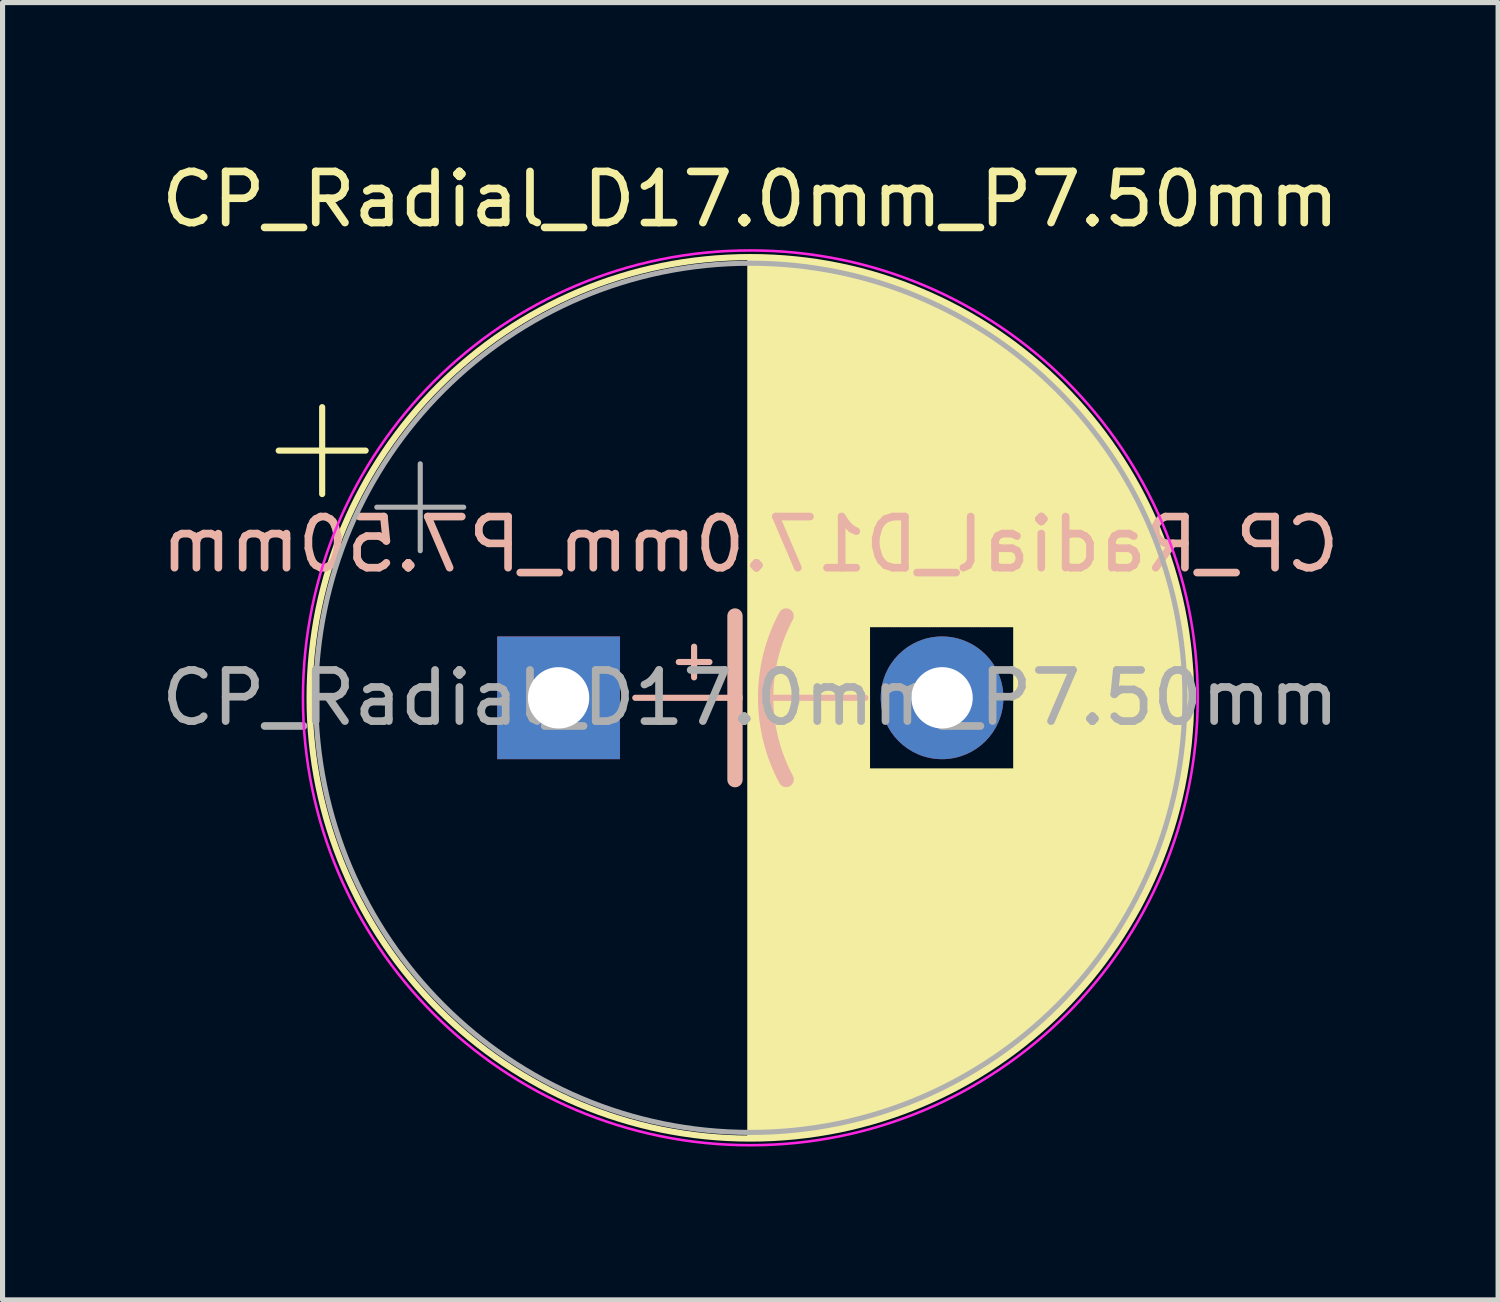
<source format=kicad_pcb>
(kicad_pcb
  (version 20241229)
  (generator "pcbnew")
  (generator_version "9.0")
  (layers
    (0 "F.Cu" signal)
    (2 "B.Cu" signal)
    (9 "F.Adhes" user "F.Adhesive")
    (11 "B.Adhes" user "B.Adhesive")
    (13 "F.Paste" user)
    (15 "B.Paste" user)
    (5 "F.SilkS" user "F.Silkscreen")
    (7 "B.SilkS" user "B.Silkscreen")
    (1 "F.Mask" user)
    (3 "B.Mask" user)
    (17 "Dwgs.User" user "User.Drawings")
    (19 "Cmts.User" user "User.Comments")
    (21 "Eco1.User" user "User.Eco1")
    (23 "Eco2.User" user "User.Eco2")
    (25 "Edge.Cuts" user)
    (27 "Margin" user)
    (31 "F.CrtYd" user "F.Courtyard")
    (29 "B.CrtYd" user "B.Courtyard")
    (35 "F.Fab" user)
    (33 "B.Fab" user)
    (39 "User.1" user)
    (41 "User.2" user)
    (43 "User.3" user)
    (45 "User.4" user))
  (footprint "CP_Radial_D17.0mm_P7.50mm"
    (layer "F.Cu")
    (at 7.875 10.598)
    (property "Reference" "CP_Radial_D17.0mm_P7.50mm" (at 3.75 -9.75 0) (layer "F.SilkS") (effects (font (size 1 1) (thickness 0.15))))
    (fp_line (start -5.474 -4.835) (end -3.774 -4.835) (stroke (width 0.12) (type solid)) (layer "F.SilkS"))
    (fp_line (start -4.624 -5.685) (end -4.624 -3.985) (stroke (width 0.12) (type solid)) (layer "F.SilkS"))
    (fp_line (start 3.75 -8.581) (end 3.75 8.581) (stroke (width 0.12) (type solid)) (layer "F.SilkS"))
    (fp_line (start 3.79 -8.58) (end 3.79 8.58) (stroke (width 0.12) (type solid)) (layer "F.SilkS"))
    (fp_line (start 3.83 -8.58) (end 3.83 8.58) (stroke (width 0.12) (type solid)) (layer "F.SilkS"))
    (fp_line (start 3.87 -8.58) (end 3.87 8.58) (stroke (width 0.12) (type solid)) (layer "F.SilkS"))
    (fp_line (start 3.91 -8.579) (end 3.91 8.579) (stroke (width 0.12) (type solid)) (layer "F.SilkS"))
    (fp_line (start 3.95 -8.578) (end 3.95 8.578) (stroke (width 0.12) (type solid)) (layer "F.SilkS"))
    (fp_line (start 3.99 -8.577) (end 3.99 8.577) (stroke (width 0.12) (type solid)) (layer "F.SilkS"))
    (fp_line (start 4.03 -8.576) (end 4.03 8.576) (stroke (width 0.12) (type solid)) (layer "F.SilkS"))
    (fp_line (start 4.07 -8.575) (end 4.07 8.575) (stroke (width 0.12) (type solid)) (layer "F.SilkS"))
    (fp_line (start 4.11 -8.573) (end 4.11 8.573) (stroke (width 0.12) (type solid)) (layer "F.SilkS"))
    (fp_line (start 4.15 -8.571) (end 4.15 8.571) (stroke (width 0.12) (type solid)) (layer "F.SilkS"))
    (fp_line (start 4.19 -8.569) (end 4.19 8.569) (stroke (width 0.12) (type solid)) (layer "F.SilkS"))
    (fp_line (start 4.23 -8.567) (end 4.23 8.567) (stroke (width 0.12) (type solid)) (layer "F.SilkS"))
    (fp_line (start 4.27 -8.565) (end 4.27 8.565) (stroke (width 0.12) (type solid)) (layer "F.SilkS"))
    (fp_line (start 4.31 -8.562) (end 4.31 8.562) (stroke (width 0.12) (type solid)) (layer "F.SilkS"))
    (fp_line (start 4.35 -8.56) (end 4.35 8.56) (stroke (width 0.12) (type solid)) (layer "F.SilkS"))
    (fp_line (start 4.39 -8.557) (end 4.39 8.557) (stroke (width 0.12) (type solid)) (layer "F.SilkS"))
    (fp_line (start 4.43 -8.554) (end 4.43 8.554) (stroke (width 0.12) (type solid)) (layer "F.SilkS"))
    (fp_line (start 4.471 -8.55) (end 4.471 8.55) (stroke (width 0.12) (type solid)) (layer "F.SilkS"))
    (fp_line (start 4.511 -8.547) (end 4.511 8.547) (stroke (width 0.12) (type solid)) (layer "F.SilkS"))
    (fp_line (start 4.551 -8.543) (end 4.551 8.543) (stroke (width 0.12) (type solid)) (layer "F.SilkS"))
    (fp_line (start 4.591 -8.539) (end 4.591 8.539) (stroke (width 0.12) (type solid)) (layer "F.SilkS"))
    (fp_line (start 4.631 -8.535) (end 4.631 8.535) (stroke (width 0.12) (type solid)) (layer "F.SilkS"))
    (fp_line (start 4.671 -8.531) (end 4.671 8.531) (stroke (width 0.12) (type solid)) (layer "F.SilkS"))
    (fp_line (start 4.711 -8.527) (end 4.711 8.527) (stroke (width 0.12) (type solid)) (layer "F.SilkS"))
    (fp_line (start 4.751 -8.522) (end 4.751 8.522) (stroke (width 0.12) (type solid)) (layer "F.SilkS"))
    (fp_line (start 4.791 -8.518) (end 4.791 8.518) (stroke (width 0.12) (type solid)) (layer "F.SilkS"))
    (fp_line (start 4.831 -8.513) (end 4.831 8.513) (stroke (width 0.12) (type solid)) (layer "F.SilkS"))
    (fp_line (start 4.871 -8.507) (end 4.871 8.507) (stroke (width 0.12) (type solid)) (layer "F.SilkS"))
    (fp_line (start 4.911 -8.502) (end 4.911 8.502) (stroke (width 0.12) (type solid)) (layer "F.SilkS"))
    (fp_line (start 4.951 -8.497) (end 4.951 8.497) (stroke (width 0.12) (type solid)) (layer "F.SilkS"))
    (fp_line (start 4.991 -8.491) (end 4.991 8.491) (stroke (width 0.12) (type solid)) (layer "F.SilkS"))
    (fp_line (start 5.031 -8.485) (end 5.031 8.485) (stroke (width 0.12) (type solid)) (layer "F.SilkS"))
    (fp_line (start 5.071 -8.479) (end 5.071 8.479) (stroke (width 0.12) (type solid)) (layer "F.SilkS"))
    (fp_line (start 5.111 -8.473) (end 5.111 8.473) (stroke (width 0.12) (type solid)) (layer "F.SilkS"))
    (fp_line (start 5.151 -8.466) (end 5.151 8.466) (stroke (width 0.12) (type solid)) (layer "F.SilkS"))
    (fp_line (start 5.191 -8.459) (end 5.191 8.459) (stroke (width 0.12) (type solid)) (layer "F.SilkS"))
    (fp_line (start 5.231 -8.452) (end 5.231 8.452) (stroke (width 0.12) (type solid)) (layer "F.SilkS"))
    (fp_line (start 5.271 -8.445) (end 5.271 8.445) (stroke (width 0.12) (type solid)) (layer "F.SilkS"))
    (fp_line (start 5.311 -8.438) (end 5.311 8.438) (stroke (width 0.12) (type solid)) (layer "F.SilkS"))
    (fp_line (start 5.351 -8.431) (end 5.351 8.431) (stroke (width 0.12) (type solid)) (layer "F.SilkS"))
    (fp_line (start 5.391 -8.423) (end 5.391 8.423) (stroke (width 0.12) (type solid)) (layer "F.SilkS"))
    (fp_line (start 5.431 -8.415) (end 5.431 8.415) (stroke (width 0.12) (type solid)) (layer "F.SilkS"))
    (fp_line (start 5.471 -8.407) (end 5.471 8.407) (stroke (width 0.12) (type solid)) (layer "F.SilkS"))
    (fp_line (start 5.511 -8.399) (end 5.511 8.399) (stroke (width 0.12) (type solid)) (layer "F.SilkS"))
    (fp_line (start 5.551 -8.39) (end 5.551 8.39) (stroke (width 0.12) (type solid)) (layer "F.SilkS"))
    (fp_line (start 5.591 -8.382) (end 5.591 8.382) (stroke (width 0.12) (type solid)) (layer "F.SilkS"))
    (fp_line (start 5.631 -8.373) (end 5.631 8.373) (stroke (width 0.12) (type solid)) (layer "F.SilkS"))
    (fp_line (start 5.671 -8.364) (end 5.671 8.364) (stroke (width 0.12) (type solid)) (layer "F.SilkS"))
    (fp_line (start 5.711 -8.355) (end 5.711 8.355) (stroke (width 0.12) (type solid)) (layer "F.SilkS"))
    (fp_line (start 5.751 -8.345) (end 5.751 8.345) (stroke (width 0.12) (type solid)) (layer "F.SilkS"))
    (fp_line (start 5.791 -8.336) (end 5.791 8.336) (stroke (width 0.12) (type solid)) (layer "F.SilkS"))
    (fp_line (start 5.831 -8.326) (end 5.831 8.326) (stroke (width 0.12) (type solid)) (layer "F.SilkS"))
    (fp_line (start 5.871 -8.316) (end 5.871 8.316) (stroke (width 0.12) (type solid)) (layer "F.SilkS"))
    (fp_line (start 5.911 -8.305) (end 5.911 8.305) (stroke (width 0.12) (type solid)) (layer "F.SilkS"))
    (fp_line (start 5.951 -8.295) (end 5.951 8.295) (stroke (width 0.12) (type solid)) (layer "F.SilkS"))
    (fp_line (start 5.991 -8.284) (end 5.991 8.284) (stroke (width 0.12) (type solid)) (layer "F.SilkS"))
    (fp_line (start 6.031 -8.274) (end 6.031 8.274) (stroke (width 0.12) (type solid)) (layer "F.SilkS"))
    (fp_line (start 6.071 -8.262) (end 6.071 -1.44) (stroke (width 0.12) (type solid)) (layer "F.SilkS"))
    (fp_line (start 6.071 1.44) (end 6.071 8.262) (stroke (width 0.12) (type solid)) (layer "F.SilkS"))
    (fp_line (start 6.111 -8.251) (end 6.111 -1.44) (stroke (width 0.12) (type solid)) (layer "F.SilkS"))
    (fp_line (start 6.111 1.44) (end 6.111 8.251) (stroke (width 0.12) (type solid)) (layer "F.SilkS"))
    (fp_line (start 6.151 -8.24) (end 6.151 -1.44) (stroke (width 0.12) (type solid)) (layer "F.SilkS"))
    (fp_line (start 6.151 1.44) (end 6.151 8.24) (stroke (width 0.12) (type solid)) (layer "F.SilkS"))
    (fp_line (start 6.191 -8.228) (end 6.191 -1.44) (stroke (width 0.12) (type solid)) (layer "F.SilkS"))
    (fp_line (start 6.191 1.44) (end 6.191 8.228) (stroke (width 0.12) (type solid)) (layer "F.SilkS"))
    (fp_line (start 6.231 -8.216) (end 6.231 -1.44) (stroke (width 0.12) (type solid)) (layer "F.SilkS"))
    (fp_line (start 6.231 1.44) (end 6.231 8.216) (stroke (width 0.12) (type solid)) (layer "F.SilkS"))
    (fp_line (start 6.271 -8.204) (end 6.271 -1.44) (stroke (width 0.12) (type solid)) (layer "F.SilkS"))
    (fp_line (start 6.271 1.44) (end 6.271 8.204) (stroke (width 0.12) (type solid)) (layer "F.SilkS"))
    (fp_line (start 6.311 -8.192) (end 6.311 -1.44) (stroke (width 0.12) (type solid)) (layer "F.SilkS"))
    (fp_line (start 6.311 1.44) (end 6.311 8.192) (stroke (width 0.12) (type solid)) (layer "F.SilkS"))
    (fp_line (start 6.351 -8.179) (end 6.351 -1.44) (stroke (width 0.12) (type solid)) (layer "F.SilkS"))
    (fp_line (start 6.351 1.44) (end 6.351 8.179) (stroke (width 0.12) (type solid)) (layer "F.SilkS"))
    (fp_line (start 6.391 -8.166) (end 6.391 -1.44) (stroke (width 0.12) (type solid)) (layer "F.SilkS"))
    (fp_line (start 6.391 1.44) (end 6.391 8.166) (stroke (width 0.12) (type solid)) (layer "F.SilkS"))
    (fp_line (start 6.431 -8.153) (end 6.431 -1.44) (stroke (width 0.12) (type solid)) (layer "F.SilkS"))
    (fp_line (start 6.431 1.44) (end 6.431 8.153) (stroke (width 0.12) (type solid)) (layer "F.SilkS"))
    (fp_line (start 6.471 -8.14) (end 6.471 -1.44) (stroke (width 0.12) (type solid)) (layer "F.SilkS"))
    (fp_line (start 6.471 1.44) (end 6.471 8.14) (stroke (width 0.12) (type solid)) (layer "F.SilkS"))
    (fp_line (start 6.511 -8.127) (end 6.511 -1.44) (stroke (width 0.12) (type solid)) (layer "F.SilkS"))
    (fp_line (start 6.511 1.44) (end 6.511 8.127) (stroke (width 0.12) (type solid)) (layer "F.SilkS"))
    (fp_line (start 6.551 -8.113) (end 6.551 -1.44) (stroke (width 0.12) (type solid)) (layer "F.SilkS"))
    (fp_line (start 6.551 1.44) (end 6.551 8.113) (stroke (width 0.12) (type solid)) (layer "F.SilkS"))
    (fp_line (start 6.591 -8.099) (end 6.591 -1.44) (stroke (width 0.12) (type solid)) (layer "F.SilkS"))
    (fp_line (start 6.591 1.44) (end 6.591 8.099) (stroke (width 0.12) (type solid)) (layer "F.SilkS"))
    (fp_line (start 6.631 -8.085) (end 6.631 -1.44) (stroke (width 0.12) (type solid)) (layer "F.SilkS"))
    (fp_line (start 6.631 1.44) (end 6.631 8.085) (stroke (width 0.12) (type solid)) (layer "F.SilkS"))
    (fp_line (start 6.671 -8.071) (end 6.671 -1.44) (stroke (width 0.12) (type solid)) (layer "F.SilkS"))
    (fp_line (start 6.671 1.44) (end 6.671 8.071) (stroke (width 0.12) (type solid)) (layer "F.SilkS"))
    (fp_line (start 6.711 -8.056) (end 6.711 -1.44) (stroke (width 0.12) (type solid)) (layer "F.SilkS"))
    (fp_line (start 6.711 1.44) (end 6.711 8.056) (stroke (width 0.12) (type solid)) (layer "F.SilkS"))
    (fp_line (start 6.751 -8.042) (end 6.751 -1.44) (stroke (width 0.12) (type solid)) (layer "F.SilkS"))
    (fp_line (start 6.751 1.44) (end 6.751 8.042) (stroke (width 0.12) (type solid)) (layer "F.SilkS"))
    (fp_line (start 6.791 -8.027) (end 6.791 -1.44) (stroke (width 0.12) (type solid)) (layer "F.SilkS"))
    (fp_line (start 6.791 1.44) (end 6.791 8.027) (stroke (width 0.12) (type solid)) (layer "F.SilkS"))
    (fp_line (start 6.831 -8.011) (end 6.831 -1.44) (stroke (width 0.12) (type solid)) (layer "F.SilkS"))
    (fp_line (start 6.831 1.44) (end 6.831 8.011) (stroke (width 0.12) (type solid)) (layer "F.SilkS"))
    (fp_line (start 6.871 -7.996) (end 6.871 -1.44) (stroke (width 0.12) (type solid)) (layer "F.SilkS"))
    (fp_line (start 6.871 1.44) (end 6.871 7.996) (stroke (width 0.12) (type solid)) (layer "F.SilkS"))
    (fp_line (start 6.911 -7.98) (end 6.911 -1.44) (stroke (width 0.12) (type solid)) (layer "F.SilkS"))
    (fp_line (start 6.911 1.44) (end 6.911 7.98) (stroke (width 0.12) (type solid)) (layer "F.SilkS"))
    (fp_line (start 6.951 -7.965) (end 6.951 -1.44) (stroke (width 0.12) (type solid)) (layer "F.SilkS"))
    (fp_line (start 6.951 1.44) (end 6.951 7.965) (stroke (width 0.12) (type solid)) (layer "F.SilkS"))
    (fp_line (start 6.991 -7.948) (end 6.991 -1.44) (stroke (width 0.12) (type solid)) (layer "F.SilkS"))
    (fp_line (start 6.991 1.44) (end 6.991 7.948) (stroke (width 0.12) (type solid)) (layer "F.SilkS"))
    (fp_line (start 7.031 -7.932) (end 7.031 -1.44) (stroke (width 0.12) (type solid)) (layer "F.SilkS"))
    (fp_line (start 7.031 1.44) (end 7.031 7.932) (stroke (width 0.12) (type solid)) (layer "F.SilkS"))
    (fp_line (start 7.071 -7.915) (end 7.071 -1.44) (stroke (width 0.12) (type solid)) (layer "F.SilkS"))
    (fp_line (start 7.071 1.44) (end 7.071 7.915) (stroke (width 0.12) (type solid)) (layer "F.SilkS"))
    (fp_line (start 7.111 -7.899) (end 7.111 -1.44) (stroke (width 0.12) (type solid)) (layer "F.SilkS"))
    (fp_line (start 7.111 1.44) (end 7.111 7.899) (stroke (width 0.12) (type solid)) (layer "F.SilkS"))
    (fp_line (start 7.151 -7.882) (end 7.151 -1.44) (stroke (width 0.12) (type solid)) (layer "F.SilkS"))
    (fp_line (start 7.151 1.44) (end 7.151 7.882) (stroke (width 0.12) (type solid)) (layer "F.SilkS"))
    (fp_line (start 7.191 -7.864) (end 7.191 -1.44) (stroke (width 0.12) (type solid)) (layer "F.SilkS"))
    (fp_line (start 7.191 1.44) (end 7.191 7.864) (stroke (width 0.12) (type solid)) (layer "F.SilkS"))
    (fp_line (start 7.231 -7.847) (end 7.231 -1.44) (stroke (width 0.12) (type solid)) (layer "F.SilkS"))
    (fp_line (start 7.231 1.44) (end 7.231 7.847) (stroke (width 0.12) (type solid)) (layer "F.SilkS"))
    (fp_line (start 7.271 -7.829) (end 7.271 -1.44) (stroke (width 0.12) (type solid)) (layer "F.SilkS"))
    (fp_line (start 7.271 1.44) (end 7.271 7.829) (stroke (width 0.12) (type solid)) (layer "F.SilkS"))
    (fp_line (start 7.311 -7.811) (end 7.311 -1.44) (stroke (width 0.12) (type solid)) (layer "F.SilkS"))
    (fp_line (start 7.311 1.44) (end 7.311 7.811) (stroke (width 0.12) (type solid)) (layer "F.SilkS"))
    (fp_line (start 7.351 -7.793) (end 7.351 -1.44) (stroke (width 0.12) (type solid)) (layer "F.SilkS"))
    (fp_line (start 7.351 1.44) (end 7.351 7.793) (stroke (width 0.12) (type solid)) (layer "F.SilkS"))
    (fp_line (start 7.391 -7.774) (end 7.391 -1.44) (stroke (width 0.12) (type solid)) (layer "F.SilkS"))
    (fp_line (start 7.391 1.44) (end 7.391 7.774) (stroke (width 0.12) (type solid)) (layer "F.SilkS"))
    (fp_line (start 7.431 -7.755) (end 7.431 -1.44) (stroke (width 0.12) (type solid)) (layer "F.SilkS"))
    (fp_line (start 7.431 1.44) (end 7.431 7.755) (stroke (width 0.12) (type solid)) (layer "F.SilkS"))
    (fp_line (start 7.471 -7.736) (end 7.471 -1.44) (stroke (width 0.12) (type solid)) (layer "F.SilkS"))
    (fp_line (start 7.471 1.44) (end 7.471 7.736) (stroke (width 0.12) (type solid)) (layer "F.SilkS"))
    (fp_line (start 7.511 -7.717) (end 7.511 -1.44) (stroke (width 0.12) (type solid)) (layer "F.SilkS"))
    (fp_line (start 7.511 1.44) (end 7.511 7.717) (stroke (width 0.12) (type solid)) (layer "F.SilkS"))
    (fp_line (start 7.551 -7.698) (end 7.551 -1.44) (stroke (width 0.12) (type solid)) (layer "F.SilkS"))
    (fp_line (start 7.551 1.44) (end 7.551 7.698) (stroke (width 0.12) (type solid)) (layer "F.SilkS"))
    (fp_line (start 7.591 -7.678) (end 7.591 -1.44) (stroke (width 0.12) (type solid)) (layer "F.SilkS"))
    (fp_line (start 7.591 1.44) (end 7.591 7.678) (stroke (width 0.12) (type solid)) (layer "F.SilkS"))
    (fp_line (start 7.631 -7.658) (end 7.631 -1.44) (stroke (width 0.12) (type solid)) (layer "F.SilkS"))
    (fp_line (start 7.631 1.44) (end 7.631 7.658) (stroke (width 0.12) (type solid)) (layer "F.SilkS"))
    (fp_line (start 7.671 -7.638) (end 7.671 -1.44) (stroke (width 0.12) (type solid)) (layer "F.SilkS"))
    (fp_line (start 7.671 1.44) (end 7.671 7.638) (stroke (width 0.12) (type solid)) (layer "F.SilkS"))
    (fp_line (start 7.711 -7.617) (end 7.711 -1.44) (stroke (width 0.12) (type solid)) (layer "F.SilkS"))
    (fp_line (start 7.711 1.44) (end 7.711 7.617) (stroke (width 0.12) (type solid)) (layer "F.SilkS"))
    (fp_line (start 7.751 -7.596) (end 7.751 -1.44) (stroke (width 0.12) (type solid)) (layer "F.SilkS"))
    (fp_line (start 7.751 1.44) (end 7.751 7.596) (stroke (width 0.12) (type solid)) (layer "F.SilkS"))
    (fp_line (start 7.791 -7.575) (end 7.791 -1.44) (stroke (width 0.12) (type solid)) (layer "F.SilkS"))
    (fp_line (start 7.791 1.44) (end 7.791 7.575) (stroke (width 0.12) (type solid)) (layer "F.SilkS"))
    (fp_line (start 7.831 -7.554) (end 7.831 -1.44) (stroke (width 0.12) (type solid)) (layer "F.SilkS"))
    (fp_line (start 7.831 1.44) (end 7.831 7.554) (stroke (width 0.12) (type solid)) (layer "F.SilkS"))
    (fp_line (start 7.871 -7.532) (end 7.871 -1.44) (stroke (width 0.12) (type solid)) (layer "F.SilkS"))
    (fp_line (start 7.871 1.44) (end 7.871 7.532) (stroke (width 0.12) (type solid)) (layer "F.SilkS"))
    (fp_line (start 7.911 -7.51) (end 7.911 -1.44) (stroke (width 0.12) (type solid)) (layer "F.SilkS"))
    (fp_line (start 7.911 1.44) (end 7.911 7.51) (stroke (width 0.12) (type solid)) (layer "F.SilkS"))
    (fp_line (start 7.951 -7.488) (end 7.951 -1.44) (stroke (width 0.12) (type solid)) (layer "F.SilkS"))
    (fp_line (start 7.951 1.44) (end 7.951 7.488) (stroke (width 0.12) (type solid)) (layer "F.SilkS"))
    (fp_line (start 7.991 -7.466) (end 7.991 -1.44) (stroke (width 0.12) (type solid)) (layer "F.SilkS"))
    (fp_line (start 7.991 1.44) (end 7.991 7.466) (stroke (width 0.12) (type solid)) (layer "F.SilkS"))
    (fp_line (start 8.031 -7.443) (end 8.031 -1.44) (stroke (width 0.12) (type solid)) (layer "F.SilkS"))
    (fp_line (start 8.031 1.44) (end 8.031 7.443) (stroke (width 0.12) (type solid)) (layer "F.SilkS"))
    (fp_line (start 8.071 -7.42) (end 8.071 -1.44) (stroke (width 0.12) (type solid)) (layer "F.SilkS"))
    (fp_line (start 8.071 1.44) (end 8.071 7.42) (stroke (width 0.12) (type solid)) (layer "F.SilkS"))
    (fp_line (start 8.111 -7.397) (end 8.111 -1.44) (stroke (width 0.12) (type solid)) (layer "F.SilkS"))
    (fp_line (start 8.111 1.44) (end 8.111 7.397) (stroke (width 0.12) (type solid)) (layer "F.SilkS"))
    (fp_line (start 8.151 -7.373) (end 8.151 -1.44) (stroke (width 0.12) (type solid)) (layer "F.SilkS"))
    (fp_line (start 8.151 1.44) (end 8.151 7.373) (stroke (width 0.12) (type solid)) (layer "F.SilkS"))
    (fp_line (start 8.191 -7.349) (end 8.191 -1.44) (stroke (width 0.12) (type solid)) (layer "F.SilkS"))
    (fp_line (start 8.191 1.44) (end 8.191 7.349) (stroke (width 0.12) (type solid)) (layer "F.SilkS"))
    (fp_line (start 8.231 -7.325) (end 8.231 -1.44) (stroke (width 0.12) (type solid)) (layer "F.SilkS"))
    (fp_line (start 8.231 1.44) (end 8.231 7.325) (stroke (width 0.12) (type solid)) (layer "F.SilkS"))
    (fp_line (start 8.271 -7.3) (end 8.271 -1.44) (stroke (width 0.12) (type solid)) (layer "F.SilkS"))
    (fp_line (start 8.271 1.44) (end 8.271 7.3) (stroke (width 0.12) (type solid)) (layer "F.SilkS"))
    (fp_line (start 8.311 -7.276) (end 8.311 -1.44) (stroke (width 0.12) (type solid)) (layer "F.SilkS"))
    (fp_line (start 8.311 1.44) (end 8.311 7.276) (stroke (width 0.12) (type solid)) (layer "F.SilkS"))
    (fp_line (start 8.351 -7.251) (end 8.351 -1.44) (stroke (width 0.12) (type solid)) (layer "F.SilkS"))
    (fp_line (start 8.351 1.44) (end 8.351 7.251) (stroke (width 0.12) (type solid)) (layer "F.SilkS"))
    (fp_line (start 8.391 -7.225) (end 8.391 -1.44) (stroke (width 0.12) (type solid)) (layer "F.SilkS"))
    (fp_line (start 8.391 1.44) (end 8.391 7.225) (stroke (width 0.12) (type solid)) (layer "F.SilkS"))
    (fp_line (start 8.431 -7.199) (end 8.431 -1.44) (stroke (width 0.12) (type solid)) (layer "F.SilkS"))
    (fp_line (start 8.431 1.44) (end 8.431 7.199) (stroke (width 0.12) (type solid)) (layer "F.SilkS"))
    (fp_line (start 8.471 -7.173) (end 8.471 -1.44) (stroke (width 0.12) (type solid)) (layer "F.SilkS"))
    (fp_line (start 8.471 1.44) (end 8.471 7.173) (stroke (width 0.12) (type solid)) (layer "F.SilkS"))
    (fp_line (start 8.511 -7.147) (end 8.511 -1.44) (stroke (width 0.12) (type solid)) (layer "F.SilkS"))
    (fp_line (start 8.511 1.44) (end 8.511 7.147) (stroke (width 0.12) (type solid)) (layer "F.SilkS"))
    (fp_line (start 8.551 -7.12) (end 8.551 -1.44) (stroke (width 0.12) (type solid)) (layer "F.SilkS"))
    (fp_line (start 8.551 1.44) (end 8.551 7.12) (stroke (width 0.12) (type solid)) (layer "F.SilkS"))
    (fp_line (start 8.591 -7.093) (end 8.591 -1.44) (stroke (width 0.12) (type solid)) (layer "F.SilkS"))
    (fp_line (start 8.591 1.44) (end 8.591 7.093) (stroke (width 0.12) (type solid)) (layer "F.SilkS"))
    (fp_line (start 8.631 -7.066) (end 8.631 -1.44) (stroke (width 0.12) (type solid)) (layer "F.SilkS"))
    (fp_line (start 8.631 1.44) (end 8.631 7.066) (stroke (width 0.12) (type solid)) (layer "F.SilkS"))
    (fp_line (start 8.671 -7.038) (end 8.671 -1.44) (stroke (width 0.12) (type solid)) (layer "F.SilkS"))
    (fp_line (start 8.671 1.44) (end 8.671 7.038) (stroke (width 0.12) (type solid)) (layer "F.SilkS"))
    (fp_line (start 8.711 -7.011) (end 8.711 -1.44) (stroke (width 0.12) (type solid)) (layer "F.SilkS"))
    (fp_line (start 8.711 1.44) (end 8.711 7.011) (stroke (width 0.12) (type solid)) (layer "F.SilkS"))
    (fp_line (start 8.751 -6.982) (end 8.751 -1.44) (stroke (width 0.12) (type solid)) (layer "F.SilkS"))
    (fp_line (start 8.751 1.44) (end 8.751 6.982) (stroke (width 0.12) (type solid)) (layer "F.SilkS"))
    (fp_line (start 8.791 -6.954) (end 8.791 -1.44) (stroke (width 0.12) (type solid)) (layer "F.SilkS"))
    (fp_line (start 8.791 1.44) (end 8.791 6.954) (stroke (width 0.12) (type solid)) (layer "F.SilkS"))
    (fp_line (start 8.831 -6.925) (end 8.831 -1.44) (stroke (width 0.12) (type solid)) (layer "F.SilkS"))
    (fp_line (start 8.831 1.44) (end 8.831 6.925) (stroke (width 0.12) (type solid)) (layer "F.SilkS"))
    (fp_line (start 8.871 -6.895) (end 8.871 -1.44) (stroke (width 0.12) (type solid)) (layer "F.SilkS"))
    (fp_line (start 8.871 1.44) (end 8.871 6.895) (stroke (width 0.12) (type solid)) (layer "F.SilkS"))
    (fp_line (start 8.911 -6.865) (end 8.911 -1.44) (stroke (width 0.12) (type solid)) (layer "F.SilkS"))
    (fp_line (start 8.911 1.44) (end 8.911 6.865) (stroke (width 0.12) (type solid)) (layer "F.SilkS"))
    (fp_line (start 8.951 -6.835) (end 8.951 6.835) (stroke (width 0.12) (type solid)) (layer "F.SilkS"))
    (fp_line (start 8.991 -6.805) (end 8.991 6.805) (stroke (width 0.12) (type solid)) (layer "F.SilkS"))
    (fp_line (start 9.031 -6.774) (end 9.031 6.774) (stroke (width 0.12) (type solid)) (layer "F.SilkS"))
    (fp_line (start 9.071 -6.743) (end 9.071 6.743) (stroke (width 0.12) (type solid)) (layer "F.SilkS"))
    (fp_line (start 9.111 -6.711) (end 9.111 6.711) (stroke (width 0.12) (type solid)) (layer "F.SilkS"))
    (fp_line (start 9.151 -6.679) (end 9.151 6.679) (stroke (width 0.12) (type solid)) (layer "F.SilkS"))
    (fp_line (start 9.191 -6.647) (end 9.191 6.647) (stroke (width 0.12) (type solid)) (layer "F.SilkS"))
    (fp_line (start 9.231 -6.614) (end 9.231 6.614) (stroke (width 0.12) (type solid)) (layer "F.SilkS"))
    (fp_line (start 9.271 -6.581) (end 9.271 6.581) (stroke (width 0.12) (type solid)) (layer "F.SilkS"))
    (fp_line (start 9.311 -6.548) (end 9.311 6.548) (stroke (width 0.12) (type solid)) (layer "F.SilkS"))
    (fp_line (start 9.351 -6.514) (end 9.351 6.514) (stroke (width 0.12) (type solid)) (layer "F.SilkS"))
    (fp_line (start 9.391 -6.479) (end 9.391 6.479) (stroke (width 0.12) (type solid)) (layer "F.SilkS"))
    (fp_line (start 9.431 -6.444) (end 9.431 6.444) (stroke (width 0.12) (type solid)) (layer "F.SilkS"))
    (fp_line (start 9.471 -6.409) (end 9.471 6.409) (stroke (width 0.12) (type solid)) (layer "F.SilkS"))
    (fp_line (start 9.511 -6.374) (end 9.511 6.374) (stroke (width 0.12) (type solid)) (layer "F.SilkS"))
    (fp_line (start 9.551 -6.337) (end 9.551 6.337) (stroke (width 0.12) (type solid)) (layer "F.SilkS"))
    (fp_line (start 9.591 -6.301) (end 9.591 6.301) (stroke (width 0.12) (type solid)) (layer "F.SilkS"))
    (fp_line (start 9.631 -6.264) (end 9.631 6.264) (stroke (width 0.12) (type solid)) (layer "F.SilkS"))
    (fp_line (start 9.671 -6.226) (end 9.671 6.226) (stroke (width 0.12) (type solid)) (layer "F.SilkS"))
    (fp_line (start 9.711 -6.188) (end 9.711 6.188) (stroke (width 0.12) (type solid)) (layer "F.SilkS"))
    (fp_line (start 9.751 -6.15) (end 9.751 6.15) (stroke (width 0.12) (type solid)) (layer "F.SilkS"))
    (fp_line (start 9.791 -6.111) (end 9.791 6.111) (stroke (width 0.12) (type solid)) (layer "F.SilkS"))
    (fp_line (start 9.831 -6.071) (end 9.831 6.071) (stroke (width 0.12) (type solid)) (layer "F.SilkS"))
    (fp_line (start 9.871 -6.031) (end 9.871 6.031) (stroke (width 0.12) (type solid)) (layer "F.SilkS"))
    (fp_line (start 9.911 -5.99) (end 9.911 5.99) (stroke (width 0.12) (type solid)) (layer "F.SilkS"))
    (fp_line (start 9.951 -5.949) (end 9.951 5.949) (stroke (width 0.12) (type solid)) (layer "F.SilkS"))
    (fp_line (start 9.991 -5.907) (end 9.991 5.907) (stroke (width 0.12) (type solid)) (layer "F.SilkS"))
    (fp_line (start 10.031 -5.865) (end 10.031 5.865) (stroke (width 0.12) (type solid)) (layer "F.SilkS"))
    (fp_line (start 10.071 -5.822) (end 10.071 5.822) (stroke (width 0.12) (type solid)) (layer "F.SilkS"))
    (fp_line (start 10.111 -5.779) (end 10.111 5.779) (stroke (width 0.12) (type solid)) (layer "F.SilkS"))
    (fp_line (start 10.151 -5.735) (end 10.151 5.735) (stroke (width 0.12) (type solid)) (layer "F.SilkS"))
    (fp_line (start 10.191 -5.69) (end 10.191 5.69) (stroke (width 0.12) (type solid)) (layer "F.SilkS"))
    (fp_line (start 10.231 -5.645) (end 10.231 5.645) (stroke (width 0.12) (type solid)) (layer "F.SilkS"))
    (fp_line (start 10.271 -5.599) (end 10.271 5.599) (stroke (width 0.12) (type solid)) (layer "F.SilkS"))
    (fp_line (start 10.311 -5.553) (end 10.311 5.553) (stroke (width 0.12) (type solid)) (layer "F.SilkS"))
    (fp_line (start 10.351 -5.505) (end 10.351 5.505) (stroke (width 0.12) (type solid)) (layer "F.SilkS"))
    (fp_line (start 10.391 -5.457) (end 10.391 5.457) (stroke (width 0.12) (type solid)) (layer "F.SilkS"))
    (fp_line (start 10.431 -5.409) (end 10.431 5.409) (stroke (width 0.12) (type solid)) (layer "F.SilkS"))
    (fp_line (start 10.471 -5.359) (end 10.471 5.359) (stroke (width 0.12) (type solid)) (layer "F.SilkS"))
    (fp_line (start 10.511 -5.309) (end 10.511 5.309) (stroke (width 0.12) (type solid)) (layer "F.SilkS"))
    (fp_line (start 10.551 -5.258) (end 10.551 5.258) (stroke (width 0.12) (type solid)) (layer "F.SilkS"))
    (fp_line (start 10.591 -5.206) (end 10.591 5.206) (stroke (width 0.12) (type solid)) (layer "F.SilkS"))
    (fp_line (start 10.631 -5.154) (end 10.631 5.154) (stroke (width 0.12) (type solid)) (layer "F.SilkS"))
    (fp_line (start 10.671 -5.1) (end 10.671 5.1) (stroke (width 0.12) (type solid)) (layer "F.SilkS"))
    (fp_line (start 10.711 -5.046) (end 10.711 5.046) (stroke (width 0.12) (type solid)) (layer "F.SilkS"))
    (fp_line (start 10.751 -4.991) (end 10.751 4.991) (stroke (width 0.12) (type solid)) (layer "F.SilkS"))
    (fp_line (start 10.791 -4.935) (end 10.791 4.935) (stroke (width 0.12) (type solid)) (layer "F.SilkS"))
    (fp_line (start 10.831 -4.878) (end 10.831 4.878) (stroke (width 0.12) (type solid)) (layer "F.SilkS"))
    (fp_line (start 10.871 -4.82) (end 10.871 4.82) (stroke (width 0.12) (type solid)) (layer "F.SilkS"))
    (fp_line (start 10.911 -4.76) (end 10.911 4.76) (stroke (width 0.12) (type solid)) (layer "F.SilkS"))
    (fp_line (start 10.951 -4.7) (end 10.951 4.7) (stroke (width 0.12) (type solid)) (layer "F.SilkS"))
    (fp_line (start 10.991 -4.639) (end 10.991 4.639) (stroke (width 0.12) (type solid)) (layer "F.SilkS"))
    (fp_line (start 11.031 -4.576) (end 11.031 4.576) (stroke (width 0.12) (type solid)) (layer "F.SilkS"))
    (fp_line (start 11.071 -4.513) (end 11.071 4.513) (stroke (width 0.12) (type solid)) (layer "F.SilkS"))
    (fp_line (start 11.111 -4.448) (end 11.111 4.448) (stroke (width 0.12) (type solid)) (layer "F.SilkS"))
    (fp_line (start 11.151 -4.381) (end 11.151 4.381) (stroke (width 0.12) (type solid)) (layer "F.SilkS"))
    (fp_line (start 11.191 -4.314) (end 11.191 4.314) (stroke (width 0.12) (type solid)) (layer "F.SilkS"))
    (fp_line (start 11.231 -4.245) (end 11.231 4.245) (stroke (width 0.12) (type solid)) (layer "F.SilkS"))
    (fp_line (start 11.271 -4.174) (end 11.271 4.174) (stroke (width 0.12) (type solid)) (layer "F.SilkS"))
    (fp_line (start 11.311 -4.102) (end 11.311 4.102) (stroke (width 0.12) (type solid)) (layer "F.SilkS"))
    (fp_line (start 11.351 -4.028) (end 11.351 4.028) (stroke (width 0.12) (type solid)) (layer "F.SilkS"))
    (fp_line (start 11.391 -3.952) (end 11.391 3.952) (stroke (width 0.12) (type solid)) (layer "F.SilkS"))
    (fp_line (start 11.431 -3.875) (end 11.431 3.875) (stroke (width 0.12) (type solid)) (layer "F.SilkS"))
    (fp_line (start 11.471 -3.795) (end 11.471 3.795) (stroke (width 0.12) (type solid)) (layer "F.SilkS"))
    (fp_line (start 11.511 -3.714) (end 11.511 3.714) (stroke (width 0.12) (type solid)) (layer "F.SilkS"))
    (fp_line (start 11.551 -3.63) (end 11.551 3.63) (stroke (width 0.12) (type solid)) (layer "F.SilkS"))
    (fp_line (start 11.591 -3.544) (end 11.591 3.544) (stroke (width 0.12) (type solid)) (layer "F.SilkS"))
    (fp_line (start 11.631 -3.455) (end 11.631 3.455) (stroke (width 0.12) (type solid)) (layer "F.SilkS"))
    (fp_line (start 11.671 -3.363) (end 11.671 3.363) (stroke (width 0.12) (type solid)) (layer "F.SilkS"))
    (fp_line (start 11.711 -3.268) (end 11.711 3.268) (stroke (width 0.12) (type solid)) (layer "F.SilkS"))
    (fp_line (start 11.751 -3.171) (end 11.751 3.171) (stroke (width 0.12) (type solid)) (layer "F.SilkS"))
    (fp_line (start 11.791 -3.069) (end 11.791 3.069) (stroke (width 0.12) (type solid)) (layer "F.SilkS"))
    (fp_line (start 11.831 -2.963) (end 11.831 2.963) (stroke (width 0.12) (type solid)) (layer "F.SilkS"))
    (fp_line (start 11.871 -2.854) (end 11.871 2.854) (stroke (width 0.12) (type solid)) (layer "F.SilkS"))
    (fp_line (start 11.911 -2.739) (end 11.911 2.739) (stroke (width 0.12) (type solid)) (layer "F.SilkS"))
    (fp_line (start 11.95 -2.618) (end 11.95 2.618) (stroke (width 0.12) (type solid)) (layer "F.SilkS"))
    (fp_line (start 11.99 -2.492) (end 11.99 2.492) (stroke (width 0.12) (type solid)) (layer "F.SilkS"))
    (fp_line (start 12.03 -2.358) (end 12.03 2.358) (stroke (width 0.12) (type solid)) (layer "F.SilkS"))
    (fp_line (start 12.07 -2.215) (end 12.07 2.215) (stroke (width 0.12) (type solid)) (layer "F.SilkS"))
    (fp_line (start 12.11 -2.062) (end 12.11 2.062) (stroke (width 0.12) (type solid)) (layer "F.SilkS"))
    (fp_line (start 12.15 -1.896) (end 12.15 1.896) (stroke (width 0.12) (type solid)) (layer "F.SilkS"))
    (fp_line (start 12.19 -1.713) (end 12.19 1.713) (stroke (width 0.12) (type solid)) (layer "F.SilkS"))
    (fp_line (start 12.23 -1.508) (end 12.23 1.508) (stroke (width 0.12) (type solid)) (layer "F.SilkS"))
    (fp_line (start 12.27 -1.27) (end 12.27 1.27) (stroke (width 0.12) (type solid)) (layer "F.SilkS"))
    (fp_line (start 12.31 -0.976) (end 12.31 0.976) (stroke (width 0.12) (type solid)) (layer "F.SilkS"))
    (fp_line (start 12.35 -0.547) (end 12.35 0.547) (stroke (width 0.12) (type solid)) (layer "F.SilkS"))
    (fp_circle (center 3.75 0) (end 12.37 0) (stroke (width 0.12) (type solid)) (fill no) (layer "F.SilkS"))
    (fp_line (start 1.5 0) (end 3.45 0) (stroke (width 0.12) (type solid)) (layer "B.SilkS"))
    (fp_line (start 2.35 -0.7) (end 2.95 -0.7) (stroke (width 0.12) (type solid)) (layer "B.SilkS"))
    (fp_line (start 2.65 -0.4) (end 2.65 -1) (stroke (width 0.12) (type solid)) (layer "B.SilkS"))
    (fp_line (start 3.45 0) (end 3.45 -1.6) (stroke (width 0.3) (type solid)) (layer "B.SilkS"))
    (fp_line (start 3.45 0) (end 3.45 1.6) (stroke (width 0.3) (type solid)) (layer "B.SilkS"))
    (fp_line (start 6 0) (end 4.05 0) (stroke (width 0.12) (type solid)) (layer "B.SilkS"))
    (fp_arc (start 4.05 0) (mid 4.150512 -0.824872) (end 4.45 -1.6) (stroke (width 0.3) (type solid)) (layer "B.SilkS"))
    (fp_arc (start 4.45 1.596157) (mid 4.151652 0.822725) (end 4.05 0) (stroke (width 0.3) (type solid)) (layer "B.SilkS"))
    (fp_circle (center 3.75 0) (end 12.5 0) (stroke (width 0.05) (type solid)) (fill no) (layer "F.CrtYd"))
    (fp_line (start -3.556 -3.728) (end -1.856 -3.728) (stroke (width 0.1) (type solid)) (layer "F.Fab"))
    (fp_line (start -2.706 -4.577) (end -2.706 -2.877) (stroke (width 0.1) (type solid)) (layer "F.Fab"))
    (fp_circle (center 3.75 0) (end 12.25 0) (stroke (width 0.1) (type solid)) (fill no) (layer "F.Fab"))
    (fp_text user "${REFERENCE}" (at 3.75 -3 0) (layer "B.SilkS") (effects (font (size 1 1) (thickness 0.15)) (justify mirror)))
    (fp_text user "${REFERENCE}" (at 3.75 0 0) (layer "F.Fab") (effects (font (size 1 1) (thickness 0.15))))
    (pad "1" thru_hole rect (at 0 0) (size 2.4 2.4) (drill 1.2) (layers "*.Cu" "*.Mask"))
    (pad "2" thru_hole circle (at 7.5 0) (size 2.4 2.4) (drill 1.2) (layers "*.Cu" "*.Mask")))
  (gr_rect
    (start -3 -3)
    (end 26.25 22.373)
    (stroke (width 0.1) (type default))
    (fill no)
    (layer "Edge.Cuts")))
</source>
